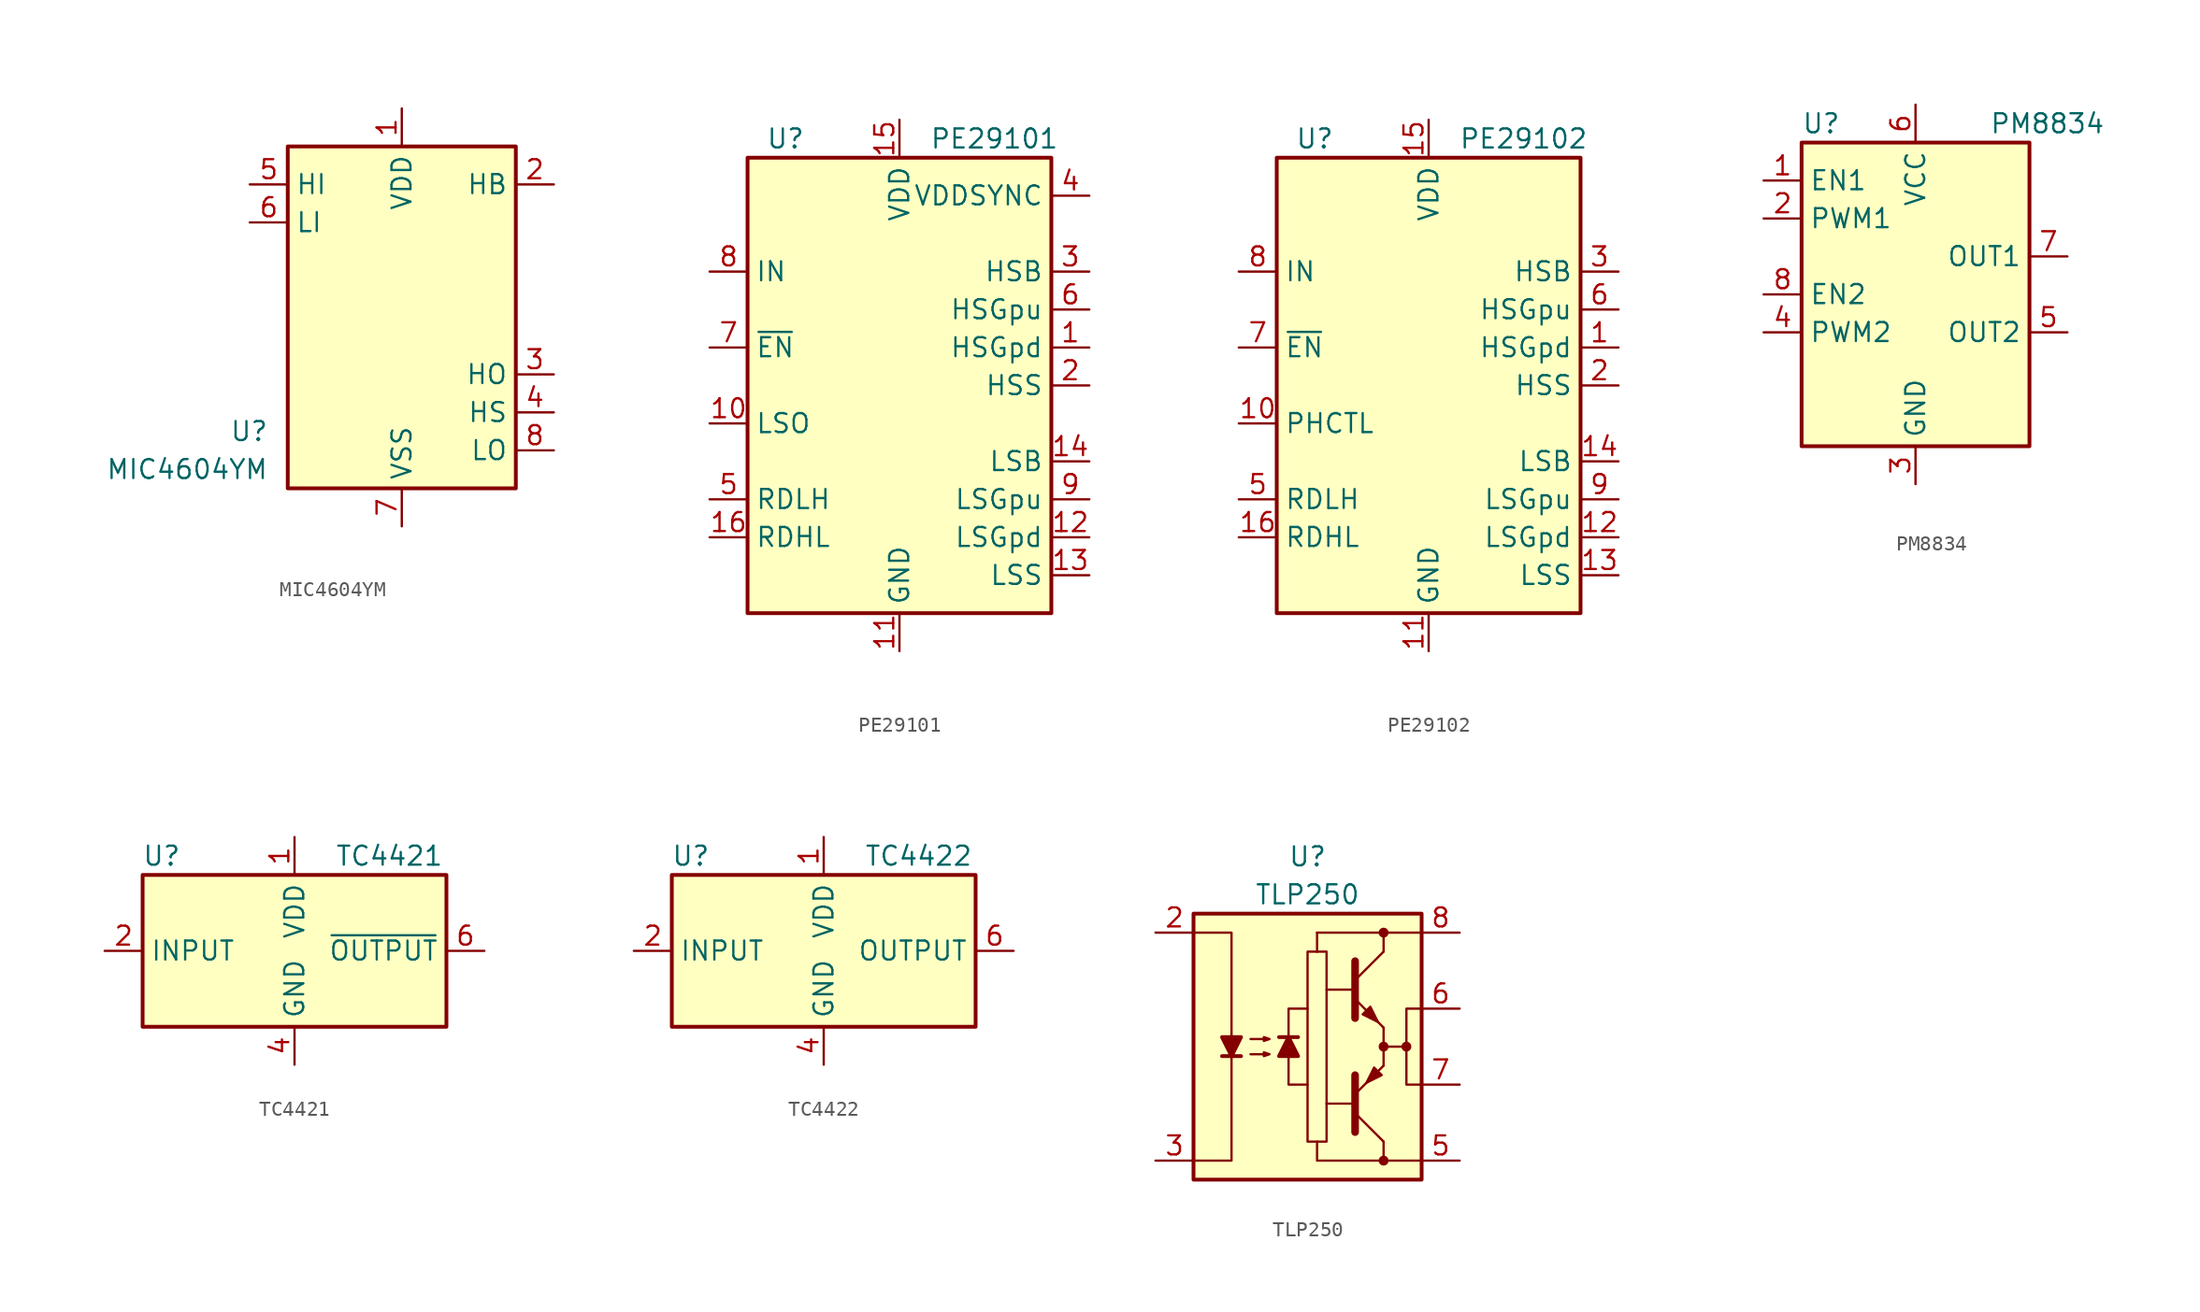
<source format=kicad_sym>
(kicad_symbol_lib
  (version 20201005)
  (generator kicad_symbol_editor)
  (symbol "MIC4604YM"
    (property "Reference" "U"
      (at -8.89 -8.89 0)
      (effects (font (size 1.27 1.27)) (justify right)))
    (property "Value" "MIC4604YM"
      (at -8.89 -11.43 0)
      (effects (font (size 1.27 1.27)) (justify right)))
    (symbol "MIC4604YM_0_1"
      (rectangle (start -7.62 -12.7) (end 7.62 10.16) (stroke (width 0.254)) (fill (type background))))
    (symbol "MIC4604YM_1_1"
      (pin power_in line (at 0 12.7 270) (length 2.54) (name "VDD" (effects (font (size 1.27 1.27)))) (number "1" (effects (font (size 1.27 1.27)))))
      (pin passive line (at 10.16 7.62 180) (length 2.54) (name "HB" (effects (font (size 1.27 1.27)))) (number "2" (effects (font (size 1.27 1.27)))))
      (pin output line (at 10.16 -5.08 180) (length 2.54) (name "HO" (effects (font (size 1.27 1.27)))) (number "3" (effects (font (size 1.27 1.27)))))
      (pin passive line (at 10.16 -7.62 180) (length 2.54) (name "HS" (effects (font (size 1.27 1.27)))) (number "4" (effects (font (size 1.27 1.27)))))
      (pin input line (at -10.16 7.62 0) (length 2.54) (name "HI" (effects (font (size 1.27 1.27)))) (number "5" (effects (font (size 1.27 1.27)))))
      (pin input line (at -10.16 5.08 0) (length 2.54) (name "LI" (effects (font (size 1.27 1.27)))) (number "6" (effects (font (size 1.27 1.27)))))
      (pin power_in line (at 0 -15.24 90) (length 2.54) (name "VSS" (effects (font (size 1.27 1.27)))) (number "7" (effects (font (size 1.27 1.27)))))
      (pin output line (at 10.16 -10.16 180) (length 2.54) (name "LO" (effects (font (size 1.27 1.27)))) (number "8" (effects (font (size 1.27 1.27)))))))
  (symbol "PE29101"
    (property "Reference" "U"
      (at -7.62 16.51 0)
      (effects (font (size 1.27 1.27))))
    (property "Value" "PE29101"
      (at 6.35 16.51 0)
      (effects (font (size 1.27 1.27))))
    (symbol "PE29101_0_1"
      (rectangle (start 10.16 15.24) (end -10.16 -15.24) (stroke (width 0.254)) (fill (type background))))
    (symbol "PE29101_1_1"
      (pin output line (at 12.7 2.54 180) (length 2.54) (name "HSGpd" (effects (font (size 1.27 1.27)))) (number "1" (effects (font (size 1.27 1.27)))))
      (pin output line (at -12.7 -2.54 0) (length 2.54) (name "LSO" (effects (font (size 1.27 1.27)))) (number "10" (effects (font (size 1.27 1.27)))))
      (pin power_in line (at 0 -17.78 90) (length 2.54) (name "GND" (effects (font (size 1.27 1.27)))) (number "11" (effects (font (size 1.27 1.27)))))
      (pin output line (at 12.7 -10.16 180) (length 2.54) (name "LSGpd" (effects (font (size 1.27 1.27)))) (number "12" (effects (font (size 1.27 1.27)))))
      (pin passive line (at 12.7 -12.7 180) (length 2.54) (name "LSS" (effects (font (size 1.27 1.27)))) (number "13" (effects (font (size 1.27 1.27)))))
      (pin input line (at 12.7 -5.08 180) (length 2.54) (name "LSB" (effects (font (size 1.27 1.27)))) (number "14" (effects (font (size 1.27 1.27)))))
      (pin power_in line (at 0 17.78 270) (length 2.54) (name "VDD" (effects (font (size 1.27 1.27)))) (number "15" (effects (font (size 1.27 1.27)))))
      (pin passive line (at -12.7 -10.16 0) (length 2.54) (name "RDHL" (effects (font (size 1.27 1.27)))) (number "16" (effects (font (size 1.27 1.27)))))
      (pin passive line (at 12.7 0 180) (length 2.54) (name "HSS" (effects (font (size 1.27 1.27)))) (number "2" (effects (font (size 1.27 1.27)))))
      (pin input line (at 12.7 7.62 180) (length 2.54) (name "HSB" (effects (font (size 1.27 1.27)))) (number "3" (effects (font (size 1.27 1.27)))))
      (pin passive line (at 12.7 12.7 180) (length 2.54) (name "VDDSYNC" (effects (font (size 1.27 1.27)))) (number "4" (effects (font (size 1.27 1.27)))))
      (pin passive line (at -12.7 -7.62 0) (length 2.54) (name "RDLH" (effects (font (size 1.27 1.27)))) (number "5" (effects (font (size 1.27 1.27)))))
      (pin output line (at 12.7 5.08 180) (length 2.54) (name "HSGpu" (effects (font (size 1.27 1.27)))) (number "6" (effects (font (size 1.27 1.27)))))
      (pin input line (at -12.7 2.54 0) (length 2.54) (name "~EN" (effects (font (size 1.27 1.27)))) (number "7" (effects (font (size 1.27 1.27)))))
      (pin input line (at -12.7 7.62 0) (length 2.54) (name "IN" (effects (font (size 1.27 1.27)))) (number "8" (effects (font (size 1.27 1.27)))))
      (pin output line (at 12.7 -7.62 180) (length 2.54) (name "LSGpu" (effects (font (size 1.27 1.27)))) (number "9" (effects (font (size 1.27 1.27)))))))
  (symbol "PE29102"
    (property "Reference" "U"
      (at -7.62 16.51 0)
      (effects (font (size 1.27 1.27))))
    (property "Value" "PE29102"
      (at 6.35 16.51 0)
      (effects (font (size 1.27 1.27))))
    (symbol "PE29102_0_1"
      (rectangle (start 10.16 15.24) (end -10.16 -15.24) (stroke (width 0.254)) (fill (type background))))
    (symbol "PE29102_1_1"
      (pin output line (at 12.7 2.54 180) (length 2.54) (name "HSGpd" (effects (font (size 1.27 1.27)))) (number "1" (effects (font (size 1.27 1.27)))))
      (pin input line (at -12.7 -2.54 0) (length 2.54) (name "PHCTL" (effects (font (size 1.27 1.27)))) (number "10" (effects (font (size 1.27 1.27)))))
      (pin power_in line (at 0 -17.78 90) (length 2.54) (name "GND" (effects (font (size 1.27 1.27)))) (number "11" (effects (font (size 1.27 1.27)))))
      (pin output line (at 12.7 -10.16 180) (length 2.54) (name "LSGpd" (effects (font (size 1.27 1.27)))) (number "12" (effects (font (size 1.27 1.27)))))
      (pin passive line (at 12.7 -12.7 180) (length 2.54) (name "LSS" (effects (font (size 1.27 1.27)))) (number "13" (effects (font (size 1.27 1.27)))))
      (pin input line (at 12.7 -5.08 180) (length 2.54) (name "LSB" (effects (font (size 1.27 1.27)))) (number "14" (effects (font (size 1.27 1.27)))))
      (pin power_in line (at 0 17.78 270) (length 2.54) (name "VDD" (effects (font (size 1.27 1.27)))) (number "15" (effects (font (size 1.27 1.27)))))
      (pin passive line (at -12.7 -10.16 0) (length 2.54) (name "RDHL" (effects (font (size 1.27 1.27)))) (number "16" (effects (font (size 1.27 1.27)))))
      (pin passive line (at 12.7 0 180) (length 2.54) (name "HSS" (effects (font (size 1.27 1.27)))) (number "2" (effects (font (size 1.27 1.27)))))
      (pin input line (at 12.7 7.62 180) (length 2.54) (name "HSB" (effects (font (size 1.27 1.27)))) (number "3" (effects (font (size 1.27 1.27)))))
      (pin no_connect line (at 10.16 12.7 180) (length 2.54) hide (name "NC" (effects (font (size 1.27 1.27)))) (number "4" (effects (font (size 1.27 1.27)))))
      (pin passive line (at -12.7 -7.62 0) (length 2.54) (name "RDLH" (effects (font (size 1.27 1.27)))) (number "5" (effects (font (size 1.27 1.27)))))
      (pin output line (at 12.7 5.08 180) (length 2.54) (name "HSGpu" (effects (font (size 1.27 1.27)))) (number "6" (effects (font (size 1.27 1.27)))))
      (pin input line (at -12.7 2.54 0) (length 2.54) (name "~EN" (effects (font (size 1.27 1.27)))) (number "7" (effects (font (size 1.27 1.27)))))
      (pin input line (at -12.7 7.62 0) (length 2.54) (name "IN" (effects (font (size 1.27 1.27)))) (number "8" (effects (font (size 1.27 1.27)))))
      (pin output line (at 12.7 -7.62 180) (length 2.54) (name "LSGpu" (effects (font (size 1.27 1.27)))) (number "9" (effects (font (size 1.27 1.27)))))))
  (symbol "PM8834"
    (property "Reference" "U"
      (at -7.62 11.43 0)
      (effects (font (size 1.27 1.27)) (justify left)))
    (property "Value" "PM8834"
      (at 12.7 11.43 0)
      (effects (font (size 1.27 1.27)) (justify right)))
    (symbol "PM8834_0_1"
      (rectangle (start -7.62 -10.16) (end 7.62 10.16) (stroke (width 0.254)) (fill (type background))))
    (symbol "PM8834_1_1"
      (pin input line (at -10.16 7.62 0) (length 2.54) (name "EN1" (effects (font (size 1.27 1.27)))) (number "1" (effects (font (size 1.27 1.27)))))
      (pin input line (at -10.16 5.08 0) (length 2.54) (name "PWM1" (effects (font (size 1.27 1.27)))) (number "2" (effects (font (size 1.27 1.27)))))
      (pin power_in line (at 0 -12.7 90) (length 2.54) (name "GND" (effects (font (size 1.27 1.27)))) (number "3" (effects (font (size 1.27 1.27)))))
      (pin input line (at -10.16 -2.54 0) (length 2.54) (name "PWM2" (effects (font (size 1.27 1.27)))) (number "4" (effects (font (size 1.27 1.27)))))
      (pin output line (at 10.16 -2.54 180) (length 2.54) (name "OUT2" (effects (font (size 1.27 1.27)))) (number "5" (effects (font (size 1.27 1.27)))))
      (pin power_in line (at 0 12.7 270) (length 2.54) (name "VCC" (effects (font (size 1.27 1.27)))) (number "6" (effects (font (size 1.27 1.27)))))
      (pin output line (at 10.16 2.54 180) (length 2.54) (name "OUT1" (effects (font (size 1.27 1.27)))) (number "7" (effects (font (size 1.27 1.27)))))
      (pin input line (at -10.16 0 0) (length 2.54) (name "EN2" (effects (font (size 1.27 1.27)))) (number "8" (effects (font (size 1.27 1.27)))))))
  (symbol "TC4421"
    (property "Reference" "U"
      (at -8.89 6.35 0)
      (effects (font (size 1.27 1.27))))
    (property "Value" "TC4421"
      (at 6.35 6.35 0)
      (effects (font (size 1.27 1.27))))
    (symbol "TC4421_0_1"
      (rectangle (start -10.16 5.08) (end 10.16 -5.08) (stroke (width 0.254)) (fill (type background))))
    (symbol "TC4421_1_1"
      (pin power_in line (at 0 7.62 270) (length 2.54) (name "VDD" (effects (font (size 1.27 1.27)))) (number "1" (effects (font (size 1.27 1.27)))))
      (pin input line (at -12.7 0 0) (length 2.54) (name "INPUT" (effects (font (size 1.27 1.27)))) (number "2" (effects (font (size 1.27 1.27)))))
      (pin no_connect line (at -5.08 -5.08 90) (length 2.54) hide (name "NC" (effects (font (size 1.27 1.27)))) (number "3" (effects (font (size 1.27 1.27)))))
      (pin power_in line (at 0 -7.62 90) (length 2.54) (name "GND" (effects (font (size 1.27 1.27)))) (number "4" (effects (font (size 1.27 1.27)))))
      (pin passive line (at 0 -7.62 90) (length 2.54) hide (name "GND" (effects (font (size 1.27 1.27)))) (number "5" (effects (font (size 1.27 1.27)))))
      (pin output line (at 12.7 0 180) (length 2.54) (name "~OUTPUT" (effects (font (size 1.27 1.27)))) (number "6" (effects (font (size 1.27 1.27)))))
      (pin passive line (at 12.7 0 180) (length 2.54) hide (name "~OUTPUT" (effects (font (size 1.27 1.27)))) (number "7" (effects (font (size 1.27 1.27)))))
      (pin passive line (at 0 7.62 270) (length 2.54) hide (name "VDD" (effects (font (size 1.27 1.27)))) (number "8" (effects (font (size 1.27 1.27)))))))
  (symbol "TC4422"
    (property "Reference" "U"
      (at -8.89 6.35 0)
      (effects (font (size 1.27 1.27))))
    (property "Value" "TC4422"
      (at 6.35 6.35 0)
      (effects (font (size 1.27 1.27))))
    (symbol "TC4422_0_1"
      (rectangle (start -10.16 5.08) (end 10.16 -5.08) (stroke (width 0.254)) (fill (type background))))
    (symbol "TC4422_1_1"
      (pin power_in line (at 0 7.62 270) (length 2.54) (name "VDD" (effects (font (size 1.27 1.27)))) (number "1" (effects (font (size 1.27 1.27)))))
      (pin input line (at -12.7 0 0) (length 2.54) (name "INPUT" (effects (font (size 1.27 1.27)))) (number "2" (effects (font (size 1.27 1.27)))))
      (pin no_connect line (at -5.08 -5.08 90) (length 2.54) hide (name "NC" (effects (font (size 1.27 1.27)))) (number "3" (effects (font (size 1.27 1.27)))))
      (pin power_in line (at 0 -7.62 90) (length 2.54) (name "GND" (effects (font (size 1.27 1.27)))) (number "4" (effects (font (size 1.27 1.27)))))
      (pin passive line (at 0 -7.62 90) (length 2.54) hide (name "GND" (effects (font (size 1.27 1.27)))) (number "5" (effects (font (size 1.27 1.27)))))
      (pin output line (at 12.7 0 180) (length 2.54) (name "OUTPUT" (effects (font (size 1.27 1.27)))) (number "6" (effects (font (size 1.27 1.27)))))
      (pin passive line (at 12.7 0 180) (length 2.54) hide (name "OUTPUT" (effects (font (size 1.27 1.27)))) (number "7" (effects (font (size 1.27 1.27)))))
      (pin passive line (at 0 7.62 270) (length 2.54) hide (name "VDD" (effects (font (size 1.27 1.27)))) (number "8" (effects (font (size 1.27 1.27)))))))
  (symbol "TLP250"
    (pin_names hide)
    (property "Reference" "U"
      (at 0 12.7 0)
      (effects (font (size 1.27 1.27))))
    (property "Value" "TLP250"
      (at 0 10.16 0)
      (effects (font (size 1.27 1.27))))
    (symbol "TLP250_0_1"
      (circle (center 5.08 -7.62) (radius 0.254) (stroke (width 0)) (fill (type outline)))
      (circle (center 5.08 0) (radius 0.254) (stroke (width 0)) (fill (type outline)))
      (circle (center 5.08 7.62) (radius 0.254) (stroke (width 0)) (fill (type outline)))
      (circle (center 6.604 0) (radius 0.254) (stroke (width 0)) (fill (type outline)))
      (rectangle (start -7.62 8.89) (end 7.62 -8.89) (stroke (width 0.254)) (fill (type background)))
      (rectangle (start 0.635 6.35) (end 0.635 6.35) (stroke (width 0)) (fill (type none)))
      (rectangle (start 0.635 6.35) (end 0.635 7.62) (stroke (width 0)) (fill (type none)))
      (rectangle (start 5.08 1.27) (end 5.08 -1.27) (stroke (width 0)) (fill (type none)))
      (polyline (pts (xy -5.715 -0.635) (xy -4.445 -0.635)) (stroke (width 0.254)) (fill (type none)))
      (polyline (pts (xy -0.635 0.635) (xy -1.905 0.635)) (stroke (width 0.254)) (fill (type none)))
      (polyline (pts (xy 3.048 -3.81) (xy 1.27 -3.81)) (stroke (width 0)) (fill (type none)))
      (polyline (pts (xy 3.048 3.81) (xy 1.27 3.81)) (stroke (width 0)) (fill (type none)))
      (polyline (pts (xy 3.175 -4.445) (xy 5.08 -6.35)) (stroke (width 0)) (fill (type none)))
      (polyline (pts (xy 3.175 4.445) (xy 5.08 6.35)) (stroke (width 0)) (fill (type none)))
      (polyline (pts (xy 5.08 -6.35) (xy 5.08 -7.62)) (stroke (width 0)) (fill (type none)))
      (polyline (pts (xy 5.08 -1.27) (xy 3.175 -3.175)) (stroke (width 0)) (fill (type outline)))
      (polyline (pts (xy 5.08 0) (xy 6.604 0)) (stroke (width 0)) (fill (type none)))
      (polyline (pts (xy 5.08 1.27) (xy 3.175 3.175)) (stroke (width 0)) (fill (type outline)))
      (polyline (pts (xy 5.08 6.35) (xy 5.08 7.62)) (stroke (width 0)) (fill (type none)))
      (polyline (pts (xy 7.62 7.62) (xy 0.635 7.62)) (stroke (width 0)) (fill (type none)))
      (polyline (pts (xy -1.27 -0.635) (xy -1.27 -2.54) (xy 0 -2.54)) (stroke (width 0)) (fill (type none)))
      (polyline (pts (xy -1.27 0.635) (xy -1.27 2.54) (xy 0 2.54)) (stroke (width 0)) (fill (type none)))
      (polyline (pts (xy 0.635 -6.35) (xy 0.635 -7.62) (xy 7.62 -7.62)) (stroke (width 0)) (fill (type none)))
      (polyline (pts (xy 3.175 -5.715) (xy 3.175 -1.905) (xy 3.175 -1.905)) (stroke (width 0.508)) (fill (type none)))
      (polyline (pts (xy 3.175 5.715) (xy 3.175 1.905) (xy 3.175 1.905)) (stroke (width 0.508)) (fill (type none)))
      (polyline (pts (xy -7.62 7.62) (xy -5.08 7.62) (xy -5.08 -7.62) (xy -7.62 -7.62)) (stroke (width 0)) (fill (type none)))
      (polyline (pts (xy -5.08 -0.635) (xy -5.715 0.635) (xy -4.445 0.635) (xy -5.08 -0.635)) (stroke (width 0.254)) (fill (type outline)))
      (polyline (pts (xy -1.27 0.635) (xy -0.635 -0.635) (xy -1.905 -0.635) (xy -1.27 0.635)) (stroke (width 0.254)) (fill (type outline)))
      (polyline (pts (xy 7.62 2.54) (xy 6.604 2.54) (xy 6.604 -2.54) (xy 7.62 -2.54)) (stroke (width 0)) (fill (type none)))
      (polyline (pts (xy -3.81 -0.508) (xy -2.54 -0.508) (xy -2.921 -0.635) (xy -2.921 -0.381) (xy -2.54 -0.508)) (stroke (width 0)) (fill (type none)))
      (polyline (pts (xy -3.81 0.508) (xy -2.54 0.508) (xy -2.921 0.381) (xy -2.921 0.635) (xy -2.54 0.508)) (stroke (width 0)) (fill (type none)))
      (polyline (pts (xy 1.27 6.35) (xy 1.27 -6.35) (xy 0 -6.35) (xy 0 6.35) (xy 1.27 6.35)) (stroke (width 0)) (fill (type none)))
      (polyline (pts (xy 3.683 2.159) (xy 4.191 2.667) (xy 4.699 1.651) (xy 3.683 2.159) (xy 3.683 2.159)) (stroke (width 0)) (fill (type outline)))
      (polyline (pts (xy 4.953 -1.905) (xy 4.445 -1.397) (xy 3.937 -2.413) (xy 4.953 -1.905) (xy 4.953 -1.905)) (stroke (width 0)) (fill (type outline))))
    (symbol "TLP250_1_1"
      (pin no_connect line (at -7.62 2.54 0) (length 2.54) hide (name "NC" (effects (font (size 1.27 1.27)))) (number "1" (effects (font (size 1.27 1.27)))))
      (pin passive line (at -10.16 7.62 0) (length 2.54) (name "A" (effects (font (size 1.27 1.27)))) (number "2" (effects (font (size 1.27 1.27)))))
      (pin passive line (at -10.16 -7.62 0) (length 2.54) (name "C" (effects (font (size 1.27 1.27)))) (number "3" (effects (font (size 1.27 1.27)))))
      (pin no_connect line (at -7.62 -2.54 0) (length 2.54) hide (name "NC" (effects (font (size 1.27 1.27)))) (number "4" (effects (font (size 1.27 1.27)))))
      (pin power_out line (at 10.16 -7.62 180) (length 2.54) (name "VEE" (effects (font (size 1.27 1.27)))) (number "5" (effects (font (size 1.27 1.27)))))
      (pin output line (at 10.16 2.54 180) (length 2.54) (name "VO" (effects (font (size 1.27 1.27)))) (number "6" (effects (font (size 1.27 1.27)))))
      (pin output line (at 10.16 -2.54 180) (length 2.54) (name "VO" (effects (font (size 1.27 1.27)))) (number "7" (effects (font (size 1.27 1.27)))))
      (pin power_in line (at 10.16 7.62 180) (length 2.54) (name "VCC" (effects (font (size 1.27 1.27)))) (number "8" (effects (font (size 1.27 1.27))))))))
</source>
